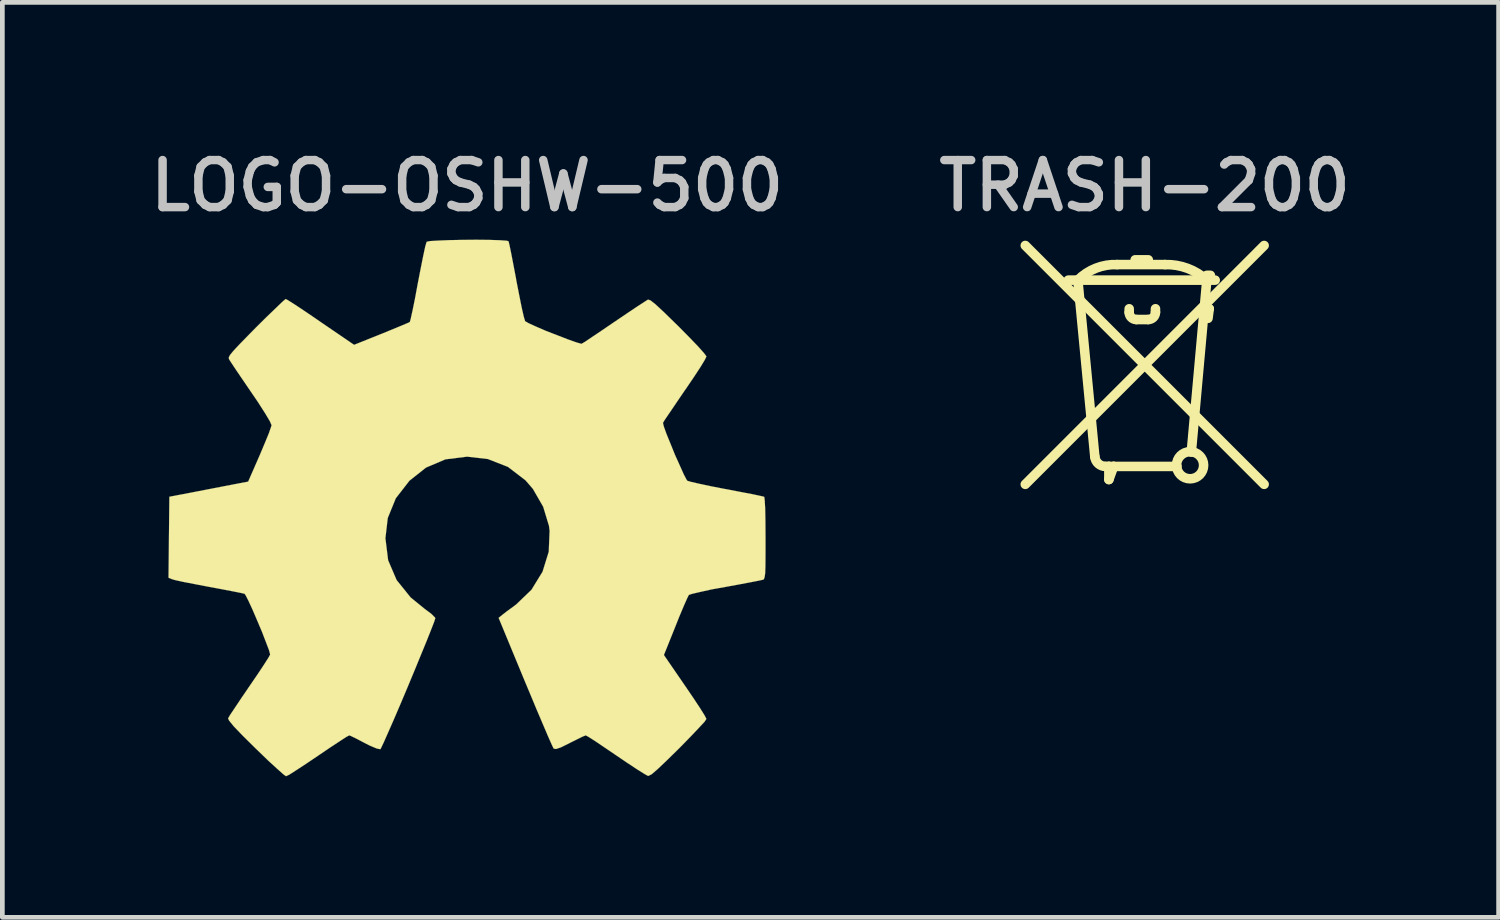
<source format=kicad_pcb>
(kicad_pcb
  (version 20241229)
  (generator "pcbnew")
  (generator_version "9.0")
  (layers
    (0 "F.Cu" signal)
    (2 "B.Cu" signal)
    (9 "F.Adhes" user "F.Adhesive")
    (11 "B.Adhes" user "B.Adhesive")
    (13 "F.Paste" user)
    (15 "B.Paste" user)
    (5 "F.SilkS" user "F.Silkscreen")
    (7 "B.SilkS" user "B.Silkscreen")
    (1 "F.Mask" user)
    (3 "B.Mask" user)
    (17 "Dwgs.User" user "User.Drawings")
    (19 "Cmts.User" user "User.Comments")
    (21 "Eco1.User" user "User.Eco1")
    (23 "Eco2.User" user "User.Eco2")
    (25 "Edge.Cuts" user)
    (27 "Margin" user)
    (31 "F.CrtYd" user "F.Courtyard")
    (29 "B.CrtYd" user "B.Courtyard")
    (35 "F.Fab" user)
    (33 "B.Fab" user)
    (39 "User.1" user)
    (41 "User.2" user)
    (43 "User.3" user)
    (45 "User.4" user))
  (footprint "TRASH-200"
    (layer "F.Cu")
    (at 21.296 4.711)
    (property "Reference" "TRASH-200" (at 0 -3.81 0) (layer "Dwgs.User") (effects (font (size 1 1) (thickness 0.18))))
    (attr through_hole)
    (fp_line (start -2.54 -2.54) (end 2.54 2.54) (stroke (width 0.203) (type solid)) (layer "F.SilkS"))
    (fp_line (start -2.54 2.54) (end 2.54 -2.54) (stroke (width 0.203) (type solid)) (layer "F.SilkS"))
    (fp_line (start -1.422 -1.803) (end -1.626 -1.803) (stroke (width 0.203) (type solid)) (layer "F.SilkS"))
    (fp_line (start -1.422 -1.803) (end -1.061 1.952) (stroke (width 0.203) (type solid)) (layer "F.SilkS"))
    (fp_line (start -0.834 2.159) (end -0.762 2.159) (stroke (width 0.203) (type solid)) (layer "F.SilkS"))
    (fp_line (start -0.762 2.159) (end -0.762 2.438) (stroke (width 0.203) (type solid)) (layer "F.SilkS"))
    (fp_line (start -0.762 2.159) (end -0.66 2.159) (stroke (width 0.203) (type solid)) (layer "F.SilkS"))
    (fp_line (start -0.66 2.159) (end -0.762 2.438) (stroke (width 0.203) (type solid)) (layer "F.SilkS"))
    (fp_line (start -0.66 2.159) (end 0.686 2.159) (stroke (width 0.203) (type solid)) (layer "F.SilkS"))
    (fp_line (start -0.584 -2.134) (end 0.432 -2.134) (stroke (width 0.203) (type solid)) (layer "F.SilkS"))
    (fp_line (start -0.33 -1.194) (end -0.33 -1.118) (stroke (width 0.203) (type solid)) (layer "F.SilkS"))
    (fp_line (start -0.203 -2.235) (end 0.076 -2.235) (stroke (width 0.203) (type solid)) (layer "F.SilkS"))
    (fp_line (start -0.178 -0.965) (end 0.074 -0.965) (stroke (width 0.203) (type solid)) (layer "F.SilkS"))
    (fp_line (start 0.229 -1.12) (end 0.229 -1.194) (stroke (width 0.203) (type solid)) (layer "F.SilkS"))
    (fp_line (start 0.991 1.854) (end 1.321 -1.803) (stroke (width 0.203) (type solid)) (layer "F.SilkS"))
    (fp_line (start 1.295 -1.194) (end 1.372 -1.194) (stroke (width 0.203) (type solid)) (layer "F.SilkS"))
    (fp_line (start 1.321 -1.905) (end 1.397 -1.905) (stroke (width 0.203) (type solid)) (layer "F.SilkS"))
    (fp_line (start 1.321 -1.803) (end -1.422 -1.803) (stroke (width 0.203) (type solid)) (layer "F.SilkS"))
    (fp_line (start 1.372 -1.194) (end 1.346 -0.991) (stroke (width 0.203) (type solid)) (layer "F.SilkS"))
    (fp_line (start 1.499 -1.803) (end 1.321 -1.803) (stroke (width 0.203) (type solid)) (layer "F.SilkS"))
    (fp_arc (start -1.4224 -1.8034) (mid -1.03815 -2.056966) (end -0.5842 -2.1336) (stroke (width 0.2032) (type solid)) (layer "F.SilkS"))
    (fp_arc (start -0.833723 2.159) (mid -0.987442 2.099599) (end -1.061278 1.952269) (stroke (width 0.2032) (type solid)) (layer "F.SilkS"))
    (fp_arc (start -0.1778 -0.9652) (mid -0.285563 -1.009837) (end -0.3302 -1.1176) (stroke (width 0.2032) (type solid)) (layer "F.SilkS"))
    (fp_arc (start 0.2286 -1.1197) (mid 0.183348 -1.010452) (end 0.0741 -0.9652) (stroke (width 0.2032) (type solid)) (layer "F.SilkS"))
    (fp_arc (start 0.4318 -2.1336) (mid 0.908388 -2.054891) (end 1.3208 -1.803399) (stroke (width 0.2032) (type solid)) (layer "F.SilkS"))
    (fp_circle (center 0.965 2.134) (end 1.253 2.134) (stroke (width 0.203) (type solid)) (fill no) (layer "F.SilkS")))
  (footprint "LOGO-OSHW-500"
    (layer "F.Cu")
    (at 6.884 8.394)
    (property "Reference" "LOGO-OSHW-500" (at 0 -7.493 0) (layer "Dwgs.User") (effects (font (size 1 1) (thickness 0.18))))
    (attr through_hole)
    (fp_poly (pts (xy -3.851 5.065) (xy -3.782 5.032) (xy -3.635 4.938) (xy -3.421 4.798) (xy -3.172 4.63) (xy -2.921 4.46) (xy -2.713 4.323) (xy -2.568 4.229) (xy -2.507 4.196) (xy -2.477 4.206) (xy -2.355 4.265) (xy -2.182 4.356) (xy -2.083 4.407) (xy -1.923 4.475) (xy -1.844 4.491) (xy -1.831 4.468) (xy -1.773 4.346) (xy -1.681 4.138) (xy -1.56 3.863) (xy -1.422 3.541) (xy -1.275 3.193) (xy -1.128 2.84) (xy -0.988 2.499) (xy -0.864 2.197) (xy -0.765 1.948) (xy -0.699 1.778) (xy -0.676 1.704) (xy -0.683 1.689) (xy -0.762 1.61) (xy -0.902 1.506) (xy -1.201 1.262) (xy -1.499 0.892) (xy -1.679 0.472) (xy -1.737 0.005) (xy -1.687 -0.427) (xy -1.516 -0.846) (xy -1.227 -1.219) (xy -0.874 -1.499) (xy -0.462 -1.674) (xy 0 -1.732) (xy 0.442 -1.681) (xy 0.869 -1.514) (xy 1.242 -1.229) (xy 1.4 -1.046) (xy 1.618 -0.668) (xy 1.742 -0.259) (xy 1.755 -0.152) (xy 1.737 0.29) (xy 1.605 0.716) (xy 1.369 1.1) (xy 1.044 1.412) (xy 1.003 1.443) (xy 0.851 1.554) (xy 0.749 1.633) (xy 0.671 1.697) (xy 1.237 3.066) (xy 1.328 3.282) (xy 1.483 3.655) (xy 1.621 3.978) (xy 1.73 4.234) (xy 1.806 4.404) (xy 1.839 4.473) (xy 1.844 4.478) (xy 1.892 4.486) (xy 1.999 4.45) (xy 2.187 4.356) (xy 2.314 4.293) (xy 2.459 4.221) (xy 2.525 4.196) (xy 2.581 4.227) (xy 2.72 4.315) (xy 2.924 4.453) (xy 3.167 4.618) (xy 3.399 4.775) (xy 3.614 4.917) (xy 3.772 5.016) (xy 3.846 5.057) (xy 3.858 5.057) (xy 3.927 5.022) (xy 4.049 4.917) (xy 4.234 4.742) (xy 4.498 4.483) (xy 4.539 4.442) (xy 4.755 4.221) (xy 4.93 4.036) (xy 5.05 3.907) (xy 5.09 3.846) (xy 5.052 3.772) (xy 4.953 3.614) (xy 4.811 3.399) (xy 4.638 3.145) (xy 4.186 2.487) (xy 4.435 1.867) (xy 4.511 1.676) (xy 4.608 1.445) (xy 4.681 1.28) (xy 4.717 1.209) (xy 4.785 1.186) (xy 4.956 1.146) (xy 5.199 1.092) (xy 5.494 1.039) (xy 5.773 0.988) (xy 6.027 0.94) (xy 6.21 0.904) (xy 6.292 0.886) (xy 6.312 0.876) (xy 6.327 0.836) (xy 6.34 0.749) (xy 6.345 0.597) (xy 6.347 0.356) (xy 6.347 0.005) (xy 6.347 -0.03) (xy 6.345 -0.366) (xy 6.34 -0.63) (xy 6.33 -0.808) (xy 6.32 -0.876) (xy 6.317 -0.879) (xy 6.238 -0.897) (xy 6.06 -0.935) (xy 5.806 -0.983) (xy 5.507 -1.041) (xy 5.486 -1.044) (xy 5.187 -1.102) (xy 4.935 -1.156) (xy 4.76 -1.196) (xy 4.684 -1.219) (xy 4.669 -1.24) (xy 4.608 -1.356) (xy 4.524 -1.544) (xy 4.422 -1.77) (xy 4.326 -2.007) (xy 4.239 -2.22) (xy 4.183 -2.377) (xy 4.166 -2.449) (xy 4.166 -2.451) (xy 4.211 -2.525) (xy 4.315 -2.677) (xy 4.463 -2.896) (xy 4.636 -3.15) (xy 4.651 -3.17) (xy 4.823 -3.424) (xy 4.963 -3.637) (xy 5.057 -3.792) (xy 5.09 -3.861) (xy 5.09 -3.866) (xy 5.034 -3.94) (xy 4.905 -4.084) (xy 4.719 -4.277) (xy 4.496 -4.503) (xy 4.425 -4.572) (xy 4.178 -4.813) (xy 4.008 -4.971) (xy 3.901 -5.055) (xy 3.851 -5.072) (xy 3.848 -5.072) (xy 3.772 -5.024) (xy 3.612 -4.92) (xy 3.393 -4.773) (xy 3.137 -4.6) (xy 3.117 -4.587) (xy 2.865 -4.415) (xy 2.652 -4.272) (xy 2.502 -4.171) (xy 2.436 -4.133) (xy 2.426 -4.133) (xy 2.322 -4.163) (xy 2.141 -4.227) (xy 1.92 -4.313) (xy 1.684 -4.404) (xy 1.471 -4.496) (xy 1.311 -4.569) (xy 1.234 -4.613) (xy 1.234 -4.615) (xy 1.206 -4.707) (xy 1.163 -4.895) (xy 1.11 -5.159) (xy 1.049 -5.469) (xy 1.041 -5.519) (xy 0.983 -5.822) (xy 0.935 -6.071) (xy 0.899 -6.243) (xy 0.881 -6.314) (xy 0.838 -6.325) (xy 0.691 -6.335) (xy 0.465 -6.342) (xy 0.193 -6.345) (xy -0.097 -6.342) (xy -0.376 -6.337) (xy -0.617 -6.327) (xy -0.787 -6.317) (xy -0.859 -6.302) (xy -0.861 -6.299) (xy -0.889 -6.205) (xy -0.93 -6.015) (xy -0.983 -5.751) (xy -1.044 -5.438) (xy -1.054 -5.385) (xy -1.11 -5.083) (xy -1.161 -4.834) (xy -1.199 -4.663) (xy -1.217 -4.597) (xy -1.245 -4.582) (xy -1.369 -4.529) (xy -1.572 -4.445) (xy -1.821 -4.343) (xy -2.403 -4.11) (xy -3.117 -4.597) (xy -3.18 -4.641) (xy -3.437 -4.816) (xy -3.647 -4.956) (xy -3.795 -5.05) (xy -3.856 -5.085) (xy -3.861 -5.083) (xy -3.932 -5.022) (xy -4.072 -4.887) (xy -4.265 -4.702) (xy -4.491 -4.478) (xy -4.656 -4.31) (xy -4.851 -4.11) (xy -4.976 -3.975) (xy -5.044 -3.891) (xy -5.07 -3.838) (xy -5.062 -3.802) (xy -5.016 -3.731) (xy -4.912 -3.574) (xy -4.765 -3.358) (xy -4.592 -3.104) (xy -4.45 -2.896) (xy -4.295 -2.654) (xy -4.194 -2.484) (xy -4.158 -2.4) (xy -4.168 -2.367) (xy -4.216 -2.228) (xy -4.303 -2.017) (xy -4.409 -1.765) (xy -4.656 -1.201) (xy -5.027 -1.13) (xy -5.25 -1.087) (xy -5.565 -1.026) (xy -5.865 -0.968) (xy -6.332 -0.879) (xy -6.35 0.843) (xy -6.276 0.874) (xy -6.208 0.894) (xy -6.035 0.932) (xy -5.786 0.98) (xy -5.494 1.036) (xy -5.245 1.082) (xy -4.994 1.13) (xy -4.813 1.166) (xy -4.735 1.184) (xy -4.714 1.209) (xy -4.651 1.331) (xy -4.562 1.524) (xy -4.463 1.755) (xy -4.361 1.996) (xy -4.275 2.22) (xy -4.211 2.388) (xy -4.188 2.477) (xy -4.224 2.543) (xy -4.318 2.69) (xy -4.458 2.901) (xy -4.628 3.15) (xy -4.798 3.399) (xy -4.94 3.612) (xy -5.042 3.764) (xy -5.083 3.835) (xy -5.062 3.881) (xy -4.963 4.003) (xy -4.775 4.199) (xy -4.496 4.475) (xy -4.45 4.519) (xy -4.227 4.735) (xy -4.039 4.907) (xy -3.907 5.024) (xy -3.851 5.065)) (stroke (width 0.003) (type solid)) (fill yes) (layer "F.SilkS")))
  (gr_rect
    (start -3 -3)
    (end 28.823 16.46)
    (stroke (width 0.1) (type default))
    (fill no)
    (layer "Edge.Cuts")))
</source>
